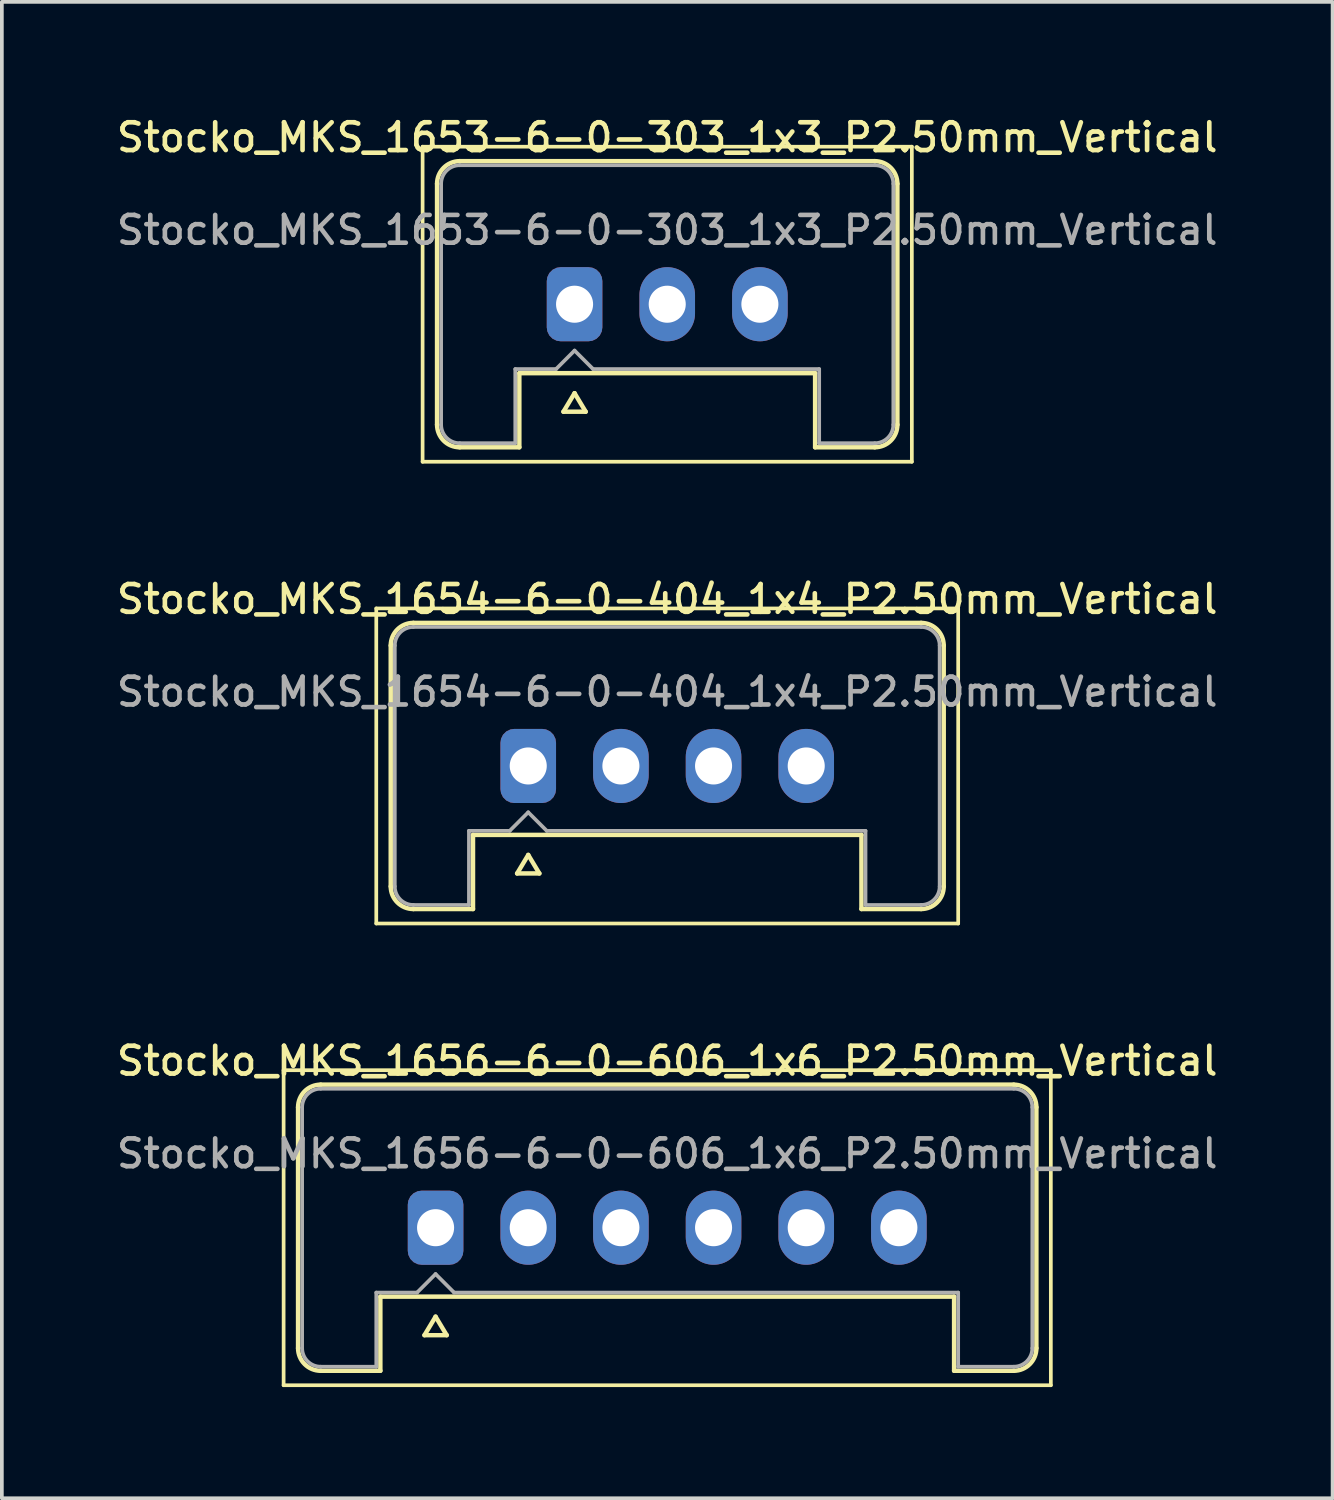
<source format=kicad_pcb>
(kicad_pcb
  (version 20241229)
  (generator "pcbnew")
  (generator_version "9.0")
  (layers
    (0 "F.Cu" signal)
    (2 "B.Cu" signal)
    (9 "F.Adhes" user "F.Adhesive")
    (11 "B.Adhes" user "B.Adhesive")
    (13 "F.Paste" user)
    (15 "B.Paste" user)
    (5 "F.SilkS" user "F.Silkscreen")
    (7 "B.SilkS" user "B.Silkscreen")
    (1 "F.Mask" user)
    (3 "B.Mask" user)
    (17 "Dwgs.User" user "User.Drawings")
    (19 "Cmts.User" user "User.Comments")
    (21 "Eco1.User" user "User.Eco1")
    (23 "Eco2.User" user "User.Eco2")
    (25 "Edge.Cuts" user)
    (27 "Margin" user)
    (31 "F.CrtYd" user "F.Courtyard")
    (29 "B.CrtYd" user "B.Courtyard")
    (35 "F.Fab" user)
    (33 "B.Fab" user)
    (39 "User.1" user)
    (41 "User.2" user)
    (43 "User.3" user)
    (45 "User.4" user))
  (footprint "Stocko_MKS_1654-6-0-404_1x4_P2.50mm_Vertical"
    (layer "F.Cu")
    (at 11.202 17.616)
    (property "Reference" "Stocko_MKS_1654-6-0-404_1x4_P2.50mm_Vertical" (at 3.75 -4.5 0) (layer "F.SilkS") (effects (font (size 0.75 0.75) (thickness 0.125))))
    (attr through_hole)
    (fp_line (start -4.1 -4.25) (end -4.1 4.25) (stroke (width 0.1) (type solid)) (layer "F.SilkS"))
    (fp_line (start -4.1 4.25) (end 11.6 4.25) (stroke (width 0.1) (type solid)) (layer "F.SilkS"))
    (fp_line (start -3.71 -3.25) (end -3.71 3.25) (stroke (width 0.12) (type solid)) (layer "F.SilkS"))
    (fp_line (start -3.1 -3.86) (end 10.6 -3.86) (stroke (width 0.12) (type solid)) (layer "F.SilkS"))
    (fp_line (start -3.1 3.86) (end -1.49 3.86) (stroke (width 0.12) (type solid)) (layer "F.SilkS"))
    (fp_line (start -1.49 1.86) (end 8.99 1.86) (stroke (width 0.12) (type solid)) (layer "F.SilkS"))
    (fp_line (start -1.49 3.86) (end -1.49 1.86) (stroke (width 0.12) (type solid)) (layer "F.SilkS"))
    (fp_line (start -0.3 2.9) (end 0.3 2.9) (stroke (width 0.12) (type solid)) (layer "F.SilkS"))
    (fp_line (start 0 2.4) (end -0.3 2.9) (stroke (width 0.12) (type solid)) (layer "F.SilkS"))
    (fp_line (start 0.3 2.9) (end 0 2.4) (stroke (width 0.12) (type solid)) (layer "F.SilkS"))
    (fp_line (start 8.99 3.86) (end 8.99 1.86) (stroke (width 0.12) (type solid)) (layer "F.SilkS"))
    (fp_line (start 10.6 3.86) (end 8.99 3.86) (stroke (width 0.12) (type solid)) (layer "F.SilkS"))
    (fp_line (start 11.21 -3.25) (end 11.21 3.25) (stroke (width 0.12) (type solid)) (layer "F.SilkS"))
    (fp_line (start 11.6 -4.25) (end -4.1 -4.25) (stroke (width 0.1) (type solid)) (layer "F.SilkS"))
    (fp_line (start 11.6 4.25) (end 11.6 -4.25) (stroke (width 0.1) (type solid)) (layer "F.SilkS"))
    (fp_arc (start -3.71 -3.25) (mid -3.531335 -3.681335) (end -3.1 -3.86) (stroke (width 0.12) (type solid)) (layer "F.SilkS"))
    (fp_arc (start -3.1 3.86) (mid -3.531335 3.681335) (end -3.71 3.25) (stroke (width 0.12) (type solid)) (layer "F.SilkS"))
    (fp_arc (start 10.6 -3.86) (mid 11.031335 -3.681335) (end 11.21 -3.25) (stroke (width 0.12) (type solid)) (layer "F.SilkS"))
    (fp_arc (start 11.21 3.25) (mid 11.031335 3.681335) (end 10.6 3.86) (stroke (width 0.12) (type solid)) (layer "F.SilkS"))
    (fp_line (start -3.6 -3.25) (end -3.6 3.25) (stroke (width 0.1) (type solid)) (layer "F.Fab"))
    (fp_line (start -3.1 -3.75) (end 10.6 -3.75) (stroke (width 0.1) (type solid)) (layer "F.Fab"))
    (fp_line (start -3.1 3.75) (end -1.6 3.75) (stroke (width 0.1) (type solid)) (layer "F.Fab"))
    (fp_line (start -1.6 1.75) (end -0.5 1.75) (stroke (width 0.1) (type solid)) (layer "F.Fab"))
    (fp_line (start -1.6 3.75) (end -1.6 1.75) (stroke (width 0.1) (type solid)) (layer "F.Fab"))
    (fp_line (start -0.5 1.75) (end 0 1.25) (stroke (width 0.1) (type solid)) (layer "F.Fab"))
    (fp_line (start 0 1.25) (end 0.5 1.75) (stroke (width 0.1) (type solid)) (layer "F.Fab"))
    (fp_line (start 0.5 1.75) (end 9.1 1.75) (stroke (width 0.1) (type solid)) (layer "F.Fab"))
    (fp_line (start 9.1 3.75) (end 9.1 1.75) (stroke (width 0.1) (type solid)) (layer "F.Fab"))
    (fp_line (start 10.6 3.75) (end 9.1 3.75) (stroke (width 0.1) (type solid)) (layer "F.Fab"))
    (fp_line (start 11.1 -3.25) (end 11.1 3.25) (stroke (width 0.1) (type solid)) (layer "F.Fab"))
    (fp_arc (start -3.6 -3.25) (mid -3.453553 -3.603553) (end -3.1 -3.75) (stroke (width 0.1) (type solid)) (layer "F.Fab"))
    (fp_arc (start -3.1 3.75) (mid -3.453553 3.603553) (end -3.6 3.25) (stroke (width 0.1) (type solid)) (layer "F.Fab"))
    (fp_arc (start 10.6 -3.75) (mid 10.953553 -3.603553) (end 11.1 -3.25) (stroke (width 0.1) (type solid)) (layer "F.Fab"))
    (fp_arc (start 11.1 3.25) (mid 10.953553 3.603553) (end 10.6 3.75) (stroke (width 0.1) (type solid)) (layer "F.Fab"))
    (fp_text user "${REFERENCE}" (at 3.75 -2 0) (layer "F.Fab") (effects (font (size 0.75 0.75) (thickness 0.125))))
    (pad "1" thru_hole roundrect (at 0 0) (size 1.5 2) (drill 1) (layers "*.Cu" "*.Mask") (roundrect_rratio 0.25))
    (pad "2" thru_hole oval (at 2.5 0) (size 1.5 2) (drill 1) (layers "*.Cu" "*.Mask"))
    (pad "3" thru_hole oval (at 5 0) (size 1.5 2) (drill 1) (layers "*.Cu" "*.Mask"))
    (pad "4" thru_hole oval (at 7.5 0) (size 1.5 2) (drill 1) (layers "*.Cu" "*.Mask")))
  (footprint "Stocko_MKS_1656-6-0-606_1x6_P2.50mm_Vertical"
    (layer "F.Cu")
    (at 8.702 30.074)
    (property "Reference" "Stocko_MKS_1656-6-0-606_1x6_P2.50mm_Vertical" (at 6.25 -4.5 0) (layer "F.SilkS") (effects (font (size 0.75 0.75) (thickness 0.125))))
    (attr through_hole)
    (fp_line (start -4.1 -4.25) (end -4.1 4.25) (stroke (width 0.1) (type solid)) (layer "F.SilkS"))
    (fp_line (start -4.1 4.25) (end 16.6 4.25) (stroke (width 0.1) (type solid)) (layer "F.SilkS"))
    (fp_line (start -3.71 -3.25) (end -3.71 3.25) (stroke (width 0.12) (type solid)) (layer "F.SilkS"))
    (fp_line (start -3.1 -3.86) (end 15.6 -3.86) (stroke (width 0.12) (type solid)) (layer "F.SilkS"))
    (fp_line (start -3.1 3.86) (end -1.49 3.86) (stroke (width 0.12) (type solid)) (layer "F.SilkS"))
    (fp_line (start -1.49 1.86) (end 13.99 1.86) (stroke (width 0.12) (type solid)) (layer "F.SilkS"))
    (fp_line (start -1.49 3.86) (end -1.49 1.86) (stroke (width 0.12) (type solid)) (layer "F.SilkS"))
    (fp_line (start -0.3 2.9) (end 0.3 2.9) (stroke (width 0.12) (type solid)) (layer "F.SilkS"))
    (fp_line (start 0 2.4) (end -0.3 2.9) (stroke (width 0.12) (type solid)) (layer "F.SilkS"))
    (fp_line (start 0.3 2.9) (end 0 2.4) (stroke (width 0.12) (type solid)) (layer "F.SilkS"))
    (fp_line (start 13.99 3.86) (end 13.99 1.86) (stroke (width 0.12) (type solid)) (layer "F.SilkS"))
    (fp_line (start 15.6 3.86) (end 13.99 3.86) (stroke (width 0.12) (type solid)) (layer "F.SilkS"))
    (fp_line (start 16.21 -3.25) (end 16.21 3.25) (stroke (width 0.12) (type solid)) (layer "F.SilkS"))
    (fp_line (start 16.6 -4.25) (end -4.1 -4.25) (stroke (width 0.1) (type solid)) (layer "F.SilkS"))
    (fp_line (start 16.6 4.25) (end 16.6 -4.25) (stroke (width 0.1) (type solid)) (layer "F.SilkS"))
    (fp_arc (start -3.71 -3.25) (mid -3.531335 -3.681335) (end -3.1 -3.86) (stroke (width 0.12) (type solid)) (layer "F.SilkS"))
    (fp_arc (start -3.1 3.86) (mid -3.531335 3.681335) (end -3.71 3.25) (stroke (width 0.12) (type solid)) (layer "F.SilkS"))
    (fp_arc (start 15.6 -3.86) (mid 16.031335 -3.681335) (end 16.21 -3.25) (stroke (width 0.12) (type solid)) (layer "F.SilkS"))
    (fp_arc (start 16.21 3.25) (mid 16.031335 3.681335) (end 15.6 3.86) (stroke (width 0.12) (type solid)) (layer "F.SilkS"))
    (fp_line (start -3.6 -3.25) (end -3.6 3.25) (stroke (width 0.1) (type solid)) (layer "F.Fab"))
    (fp_line (start -3.1 -3.75) (end 15.6 -3.75) (stroke (width 0.1) (type solid)) (layer "F.Fab"))
    (fp_line (start -3.1 3.75) (end -1.6 3.75) (stroke (width 0.1) (type solid)) (layer "F.Fab"))
    (fp_line (start -1.6 1.75) (end -0.5 1.75) (stroke (width 0.1) (type solid)) (layer "F.Fab"))
    (fp_line (start -1.6 3.75) (end -1.6 1.75) (stroke (width 0.1) (type solid)) (layer "F.Fab"))
    (fp_line (start -0.5 1.75) (end 0 1.25) (stroke (width 0.1) (type solid)) (layer "F.Fab"))
    (fp_line (start 0 1.25) (end 0.5 1.75) (stroke (width 0.1) (type solid)) (layer "F.Fab"))
    (fp_line (start 0.5 1.75) (end 14.1 1.75) (stroke (width 0.1) (type solid)) (layer "F.Fab"))
    (fp_line (start 14.1 3.75) (end 14.1 1.75) (stroke (width 0.1) (type solid)) (layer "F.Fab"))
    (fp_line (start 15.6 3.75) (end 14.1 3.75) (stroke (width 0.1) (type solid)) (layer "F.Fab"))
    (fp_line (start 16.1 -3.25) (end 16.1 3.25) (stroke (width 0.1) (type solid)) (layer "F.Fab"))
    (fp_arc (start -3.6 -3.25) (mid -3.453553 -3.603553) (end -3.1 -3.75) (stroke (width 0.1) (type solid)) (layer "F.Fab"))
    (fp_arc (start -3.1 3.75) (mid -3.453553 3.603553) (end -3.6 3.25) (stroke (width 0.1) (type solid)) (layer "F.Fab"))
    (fp_arc (start 15.6 -3.75) (mid 15.953553 -3.603553) (end 16.1 -3.25) (stroke (width 0.1) (type solid)) (layer "F.Fab"))
    (fp_arc (start 16.1 3.25) (mid 15.953553 3.603553) (end 15.6 3.75) (stroke (width 0.1) (type solid)) (layer "F.Fab"))
    (fp_text user "${REFERENCE}" (at 6.25 -2 0) (layer "F.Fab") (effects (font (size 0.75 0.75) (thickness 0.125))))
    (pad "1" thru_hole roundrect (at 0 0) (size 1.5 2) (drill 1) (layers "*.Cu" "*.Mask") (roundrect_rratio 0.25))
    (pad "2" thru_hole oval (at 2.5 0) (size 1.5 2) (drill 1) (layers "*.Cu" "*.Mask"))
    (pad "3" thru_hole oval (at 5 0) (size 1.5 2) (drill 1) (layers "*.Cu" "*.Mask"))
    (pad "4" thru_hole oval (at 7.5 0) (size 1.5 2) (drill 1) (layers "*.Cu" "*.Mask"))
    (pad "5" thru_hole oval (at 10 0) (size 1.5 2) (drill 1) (layers "*.Cu" "*.Mask"))
    (pad "6" thru_hole oval (at 12.5 0) (size 1.5 2) (drill 1) (layers "*.Cu" "*.Mask")))
  (footprint "Stocko_MKS_1653-6-0-303_1x3_P2.50mm_Vertical"
    (layer "F.Cu")
    (at 12.452 5.158)
    (property "Reference" "Stocko_MKS_1653-6-0-303_1x3_P2.50mm_Vertical" (at 2.5 -4.5 0) (layer "F.SilkS") (effects (font (size 0.75 0.75) (thickness 0.125))))
    (attr through_hole)
    (fp_line (start -4.1 -4.25) (end -4.1 4.25) (stroke (width 0.1) (type solid)) (layer "F.SilkS"))
    (fp_line (start -4.1 4.25) (end 9.1 4.25) (stroke (width 0.1) (type solid)) (layer "F.SilkS"))
    (fp_line (start -3.71 -3.25) (end -3.71 3.25) (stroke (width 0.12) (type solid)) (layer "F.SilkS"))
    (fp_line (start -3.1 -3.86) (end 8.1 -3.86) (stroke (width 0.12) (type solid)) (layer "F.SilkS"))
    (fp_line (start -3.1 3.86) (end -1.49 3.86) (stroke (width 0.12) (type solid)) (layer "F.SilkS"))
    (fp_line (start -1.49 1.86) (end 6.49 1.86) (stroke (width 0.12) (type solid)) (layer "F.SilkS"))
    (fp_line (start -1.49 3.86) (end -1.49 1.86) (stroke (width 0.12) (type solid)) (layer "F.SilkS"))
    (fp_line (start -0.3 2.9) (end 0.3 2.9) (stroke (width 0.12) (type solid)) (layer "F.SilkS"))
    (fp_line (start 0 2.4) (end -0.3 2.9) (stroke (width 0.12) (type solid)) (layer "F.SilkS"))
    (fp_line (start 0.3 2.9) (end 0 2.4) (stroke (width 0.12) (type solid)) (layer "F.SilkS"))
    (fp_line (start 6.49 3.86) (end 6.49 1.86) (stroke (width 0.12) (type solid)) (layer "F.SilkS"))
    (fp_line (start 8.1 3.86) (end 6.49 3.86) (stroke (width 0.12) (type solid)) (layer "F.SilkS"))
    (fp_line (start 8.71 -3.25) (end 8.71 3.25) (stroke (width 0.12) (type solid)) (layer "F.SilkS"))
    (fp_line (start 9.1 -4.25) (end -4.1 -4.25) (stroke (width 0.1) (type solid)) (layer "F.SilkS"))
    (fp_line (start 9.1 4.25) (end 9.1 -4.25) (stroke (width 0.1) (type solid)) (layer "F.SilkS"))
    (fp_arc (start -3.71 -3.25) (mid -3.531335 -3.681335) (end -3.1 -3.86) (stroke (width 0.12) (type solid)) (layer "F.SilkS"))
    (fp_arc (start -3.1 3.86) (mid -3.531335 3.681335) (end -3.71 3.25) (stroke (width 0.12) (type solid)) (layer "F.SilkS"))
    (fp_arc (start 8.1 -3.86) (mid 8.531335 -3.681335) (end 8.71 -3.25) (stroke (width 0.12) (type solid)) (layer "F.SilkS"))
    (fp_arc (start 8.71 3.25) (mid 8.531335 3.681335) (end 8.1 3.86) (stroke (width 0.12) (type solid)) (layer "F.SilkS"))
    (fp_line (start -3.6 -3.25) (end -3.6 3.25) (stroke (width 0.1) (type solid)) (layer "F.Fab"))
    (fp_line (start -3.1 -3.75) (end 8.1 -3.75) (stroke (width 0.1) (type solid)) (layer "F.Fab"))
    (fp_line (start -3.1 3.75) (end -1.6 3.75) (stroke (width 0.1) (type solid)) (layer "F.Fab"))
    (fp_line (start -1.6 1.75) (end -0.5 1.75) (stroke (width 0.1) (type solid)) (layer "F.Fab"))
    (fp_line (start -1.6 3.75) (end -1.6 1.75) (stroke (width 0.1) (type solid)) (layer "F.Fab"))
    (fp_line (start -0.5 1.75) (end 0 1.25) (stroke (width 0.1) (type solid)) (layer "F.Fab"))
    (fp_line (start 0 1.25) (end 0.5 1.75) (stroke (width 0.1) (type solid)) (layer "F.Fab"))
    (fp_line (start 0.5 1.75) (end 6.6 1.75) (stroke (width 0.1) (type solid)) (layer "F.Fab"))
    (fp_line (start 6.6 3.75) (end 6.6 1.75) (stroke (width 0.1) (type solid)) (layer "F.Fab"))
    (fp_line (start 8.1 3.75) (end 6.6 3.75) (stroke (width 0.1) (type solid)) (layer "F.Fab"))
    (fp_line (start 8.6 -3.25) (end 8.6 3.25) (stroke (width 0.1) (type solid)) (layer "F.Fab"))
    (fp_arc (start -3.6 -3.25) (mid -3.453553 -3.603553) (end -3.1 -3.75) (stroke (width 0.1) (type solid)) (layer "F.Fab"))
    (fp_arc (start -3.1 3.75) (mid -3.453553 3.603553) (end -3.6 3.25) (stroke (width 0.1) (type solid)) (layer "F.Fab"))
    (fp_arc (start 8.1 -3.75) (mid 8.453553 -3.603553) (end 8.6 -3.25) (stroke (width 0.1) (type solid)) (layer "F.Fab"))
    (fp_arc (start 8.6 3.25) (mid 8.453553 3.603553) (end 8.1 3.75) (stroke (width 0.1) (type solid)) (layer "F.Fab"))
    (fp_text user "${REFERENCE}" (at 2.5 -2 0) (layer "F.Fab") (effects (font (size 0.75 0.75) (thickness 0.125))))
    (pad "1" thru_hole roundrect (at 0 0) (size 1.5 2) (drill 1) (layers "*.Cu" "*.Mask") (roundrect_rratio 0.25))
    (pad "2" thru_hole oval (at 2.5 0) (size 1.5 2) (drill 1) (layers "*.Cu" "*.Mask"))
    (pad "3" thru_hole oval (at 5 0) (size 1.5 2) (drill 1) (layers "*.Cu" "*.Mask")))
  (gr_rect
    (start -3 -3)
    (end 32.904 37.374)
    (stroke (width 0.1) (type default))
    (fill no)
    (layer "Edge.Cuts")))
</source>
